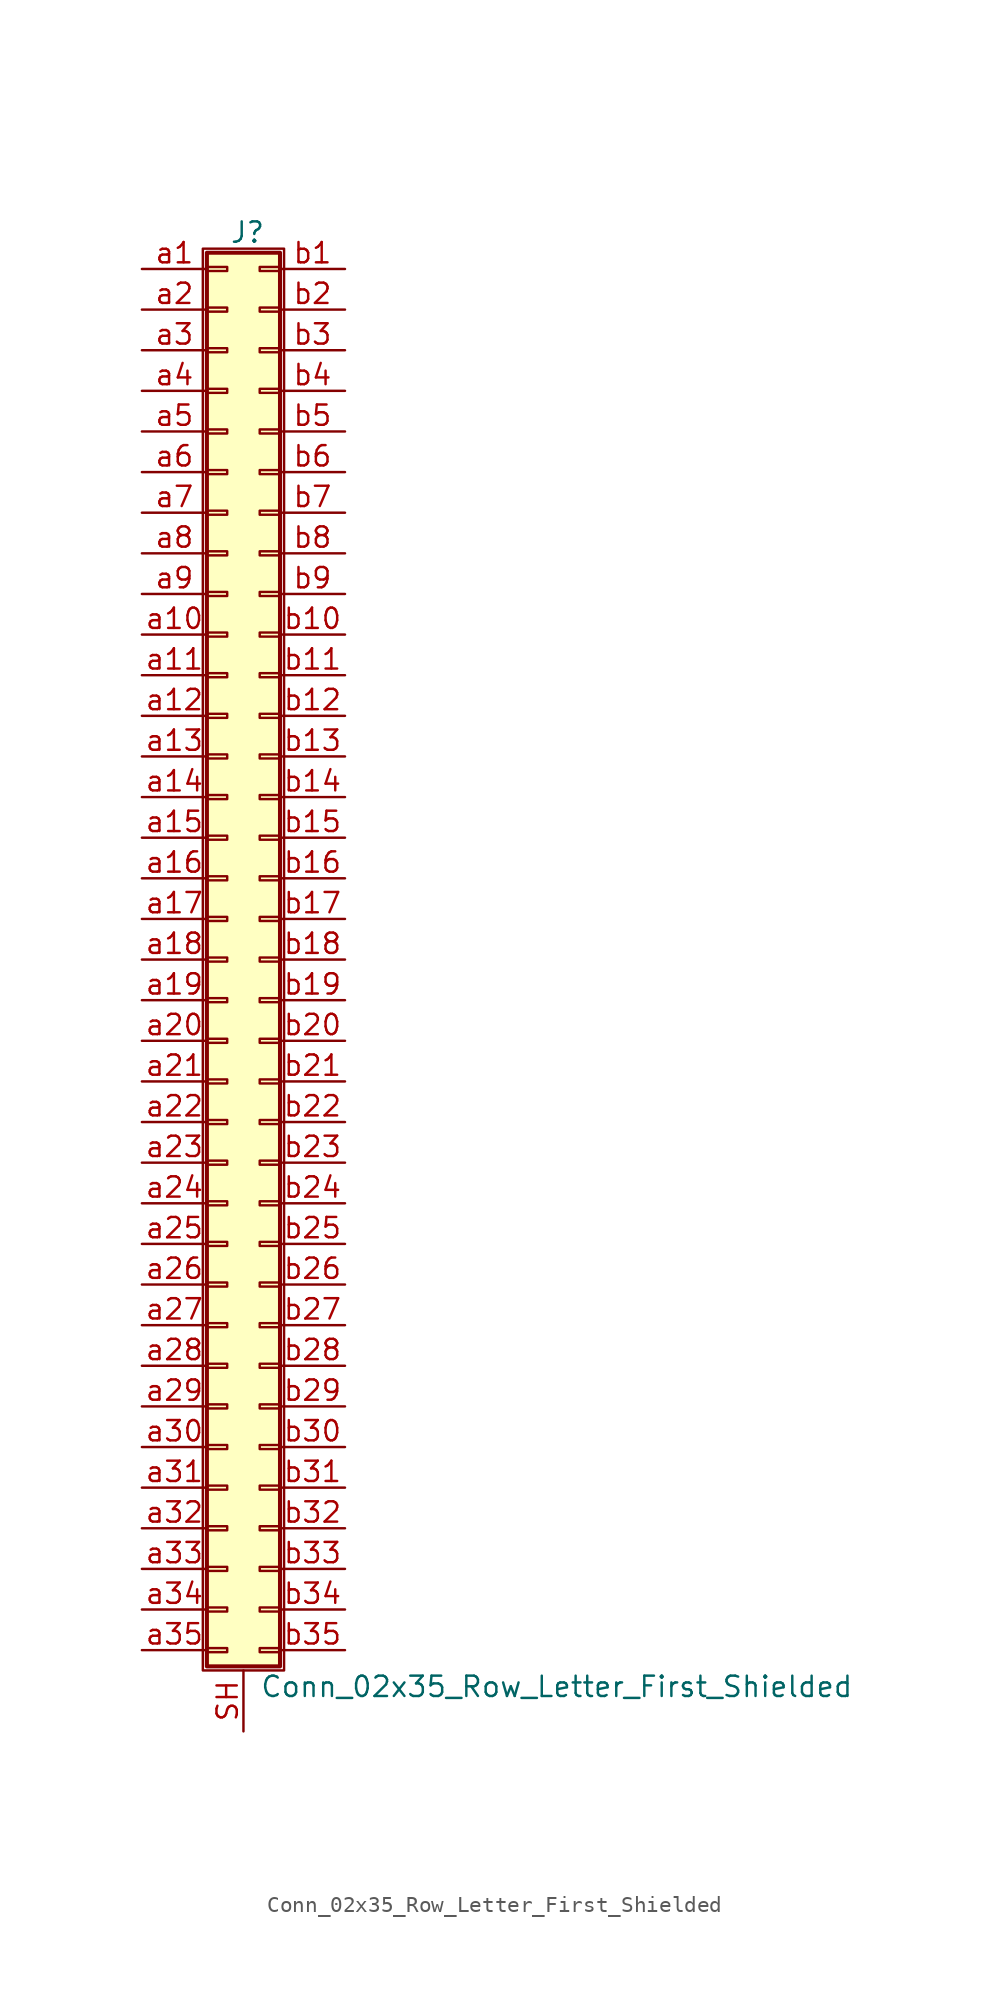
<source format=kicad_sym>
(kicad_symbol_lib
  (version 20201005)
  (generator kicad_symbol_editor)
  (symbol "Conn_02x35_Row_Letter_First_Shielded"
    (pin_names
      (offset 1.016) hide)
    (property "Reference" "J"
      (at 1.524 45.466 0)
      (effects (font (size 1.27 1.27))))
    (property "Value" "Conn_02x35_Row_Letter_First_Shielded"
      (at 2.286 -45.466 0)
      (effects (font (size 1.27 1.27)) (justify left)))
    (symbol "Conn_02x35_Row_Letter_First_Shielded_1_1"
      (rectangle (start -1.27 44.45) (end 3.81 -44.45) (stroke (width 0.152)) (fill (type none)))
      (rectangle (start -1.016 -43.053) (end 0.254 -43.307) (stroke (width 0.152)) (fill (type none)))
      (rectangle (start -1.016 -40.513) (end 0.254 -40.767) (stroke (width 0.152)) (fill (type none)))
      (rectangle (start -1.016 -37.973) (end 0.254 -38.227) (stroke (width 0.152)) (fill (type none)))
      (rectangle (start -1.016 -35.433) (end 0.254 -35.687) (stroke (width 0.152)) (fill (type none)))
      (rectangle (start -1.016 -32.893) (end 0.254 -33.147) (stroke (width 0.152)) (fill (type none)))
      (rectangle (start -1.016 -30.353) (end 0.254 -30.607) (stroke (width 0.152)) (fill (type none)))
      (rectangle (start -1.016 -27.813) (end 0.254 -28.067) (stroke (width 0.152)) (fill (type none)))
      (rectangle (start -1.016 -25.273) (end 0.254 -25.527) (stroke (width 0.152)) (fill (type none)))
      (rectangle (start -1.016 -22.733) (end 0.254 -22.987) (stroke (width 0.152)) (fill (type none)))
      (rectangle (start -1.016 -20.193) (end 0.254 -20.447) (stroke (width 0.152)) (fill (type none)))
      (rectangle (start -1.016 -17.653) (end 0.254 -17.907) (stroke (width 0.152)) (fill (type none)))
      (rectangle (start -1.016 -15.113) (end 0.254 -15.367) (stroke (width 0.152)) (fill (type none)))
      (rectangle (start -1.016 -12.573) (end 0.254 -12.827) (stroke (width 0.152)) (fill (type none)))
      (rectangle (start -1.016 -10.033) (end 0.254 -10.287) (stroke (width 0.152)) (fill (type none)))
      (rectangle (start -1.016 -7.493) (end 0.254 -7.747) (stroke (width 0.152)) (fill (type none)))
      (rectangle (start -1.016 -4.953) (end 0.254 -5.207) (stroke (width 0.152)) (fill (type none)))
      (rectangle (start -1.016 -2.413) (end 0.254 -2.667) (stroke (width 0.152)) (fill (type none)))
      (rectangle (start -1.016 0.127) (end 0.254 -0.127) (stroke (width 0.152)) (fill (type none)))
      (rectangle (start -1.016 2.667) (end 0.254 2.413) (stroke (width 0.152)) (fill (type none)))
      (rectangle (start -1.016 5.207) (end 0.254 4.953) (stroke (width 0.152)) (fill (type none)))
      (rectangle (start -1.016 7.747) (end 0.254 7.493) (stroke (width 0.152)) (fill (type none)))
      (rectangle (start -1.016 10.287) (end 0.254 10.033) (stroke (width 0.152)) (fill (type none)))
      (rectangle (start -1.016 12.827) (end 0.254 12.573) (stroke (width 0.152)) (fill (type none)))
      (rectangle (start -1.016 15.367) (end 0.254 15.113) (stroke (width 0.152)) (fill (type none)))
      (rectangle (start -1.016 17.907) (end 0.254 17.653) (stroke (width 0.152)) (fill (type none)))
      (rectangle (start -1.016 20.447) (end 0.254 20.193) (stroke (width 0.152)) (fill (type none)))
      (rectangle (start -1.016 22.987) (end 0.254 22.733) (stroke (width 0.152)) (fill (type none)))
      (rectangle (start -1.016 25.527) (end 0.254 25.273) (stroke (width 0.152)) (fill (type none)))
      (rectangle (start -1.016 28.067) (end 0.254 27.813) (stroke (width 0.152)) (fill (type none)))
      (rectangle (start -1.016 30.607) (end 0.254 30.353) (stroke (width 0.152)) (fill (type none)))
      (rectangle (start -1.016 33.147) (end 0.254 32.893) (stroke (width 0.152)) (fill (type none)))
      (rectangle (start -1.016 35.687) (end 0.254 35.433) (stroke (width 0.152)) (fill (type none)))
      (rectangle (start -1.016 38.227) (end 0.254 37.973) (stroke (width 0.152)) (fill (type none)))
      (rectangle (start -1.016 40.767) (end 0.254 40.513) (stroke (width 0.152)) (fill (type none)))
      (rectangle (start -1.016 43.307) (end 0.254 43.053) (stroke (width 0.152)) (fill (type none)))
      (rectangle (start 3.556 -43.053) (end 2.286 -43.307) (stroke (width 0.152)) (fill (type none)))
      (rectangle (start 3.556 -40.513) (end 2.286 -40.767) (stroke (width 0.152)) (fill (type none)))
      (rectangle (start 3.556 -37.973) (end 2.286 -38.227) (stroke (width 0.152)) (fill (type none)))
      (rectangle (start 3.556 -35.433) (end 2.286 -35.687) (stroke (width 0.152)) (fill (type none)))
      (rectangle (start 3.556 -32.893) (end 2.286 -33.147) (stroke (width 0.152)) (fill (type none)))
      (rectangle (start 3.556 -30.353) (end 2.286 -30.607) (stroke (width 0.152)) (fill (type none)))
      (rectangle (start 3.556 -27.813) (end 2.286 -28.067) (stroke (width 0.152)) (fill (type none)))
      (rectangle (start 3.556 -25.273) (end 2.286 -25.527) (stroke (width 0.152)) (fill (type none)))
      (rectangle (start 3.556 -22.733) (end 2.286 -22.987) (stroke (width 0.152)) (fill (type none)))
      (rectangle (start 3.556 -20.193) (end 2.286 -20.447) (stroke (width 0.152)) (fill (type none)))
      (rectangle (start 3.556 -17.653) (end 2.286 -17.907) (stroke (width 0.152)) (fill (type none)))
      (rectangle (start 3.556 -15.113) (end 2.286 -15.367) (stroke (width 0.152)) (fill (type none)))
      (rectangle (start 3.556 -12.573) (end 2.286 -12.827) (stroke (width 0.152)) (fill (type none)))
      (rectangle (start 3.556 -10.033) (end 2.286 -10.287) (stroke (width 0.152)) (fill (type none)))
      (rectangle (start 3.556 -7.493) (end 2.286 -7.747) (stroke (width 0.152)) (fill (type none)))
      (rectangle (start 3.556 -4.953) (end 2.286 -5.207) (stroke (width 0.152)) (fill (type none)))
      (rectangle (start 3.556 -2.413) (end 2.286 -2.667) (stroke (width 0.152)) (fill (type none)))
      (rectangle (start 3.556 0.127) (end 2.286 -0.127) (stroke (width 0.152)) (fill (type none)))
      (rectangle (start 3.556 2.667) (end 2.286 2.413) (stroke (width 0.152)) (fill (type none)))
      (rectangle (start 3.556 5.207) (end 2.286 4.953) (stroke (width 0.152)) (fill (type none)))
      (rectangle (start 3.556 7.747) (end 2.286 7.493) (stroke (width 0.152)) (fill (type none)))
      (rectangle (start 3.556 10.287) (end 2.286 10.033) (stroke (width 0.152)) (fill (type none)))
      (rectangle (start 3.556 12.827) (end 2.286 12.573) (stroke (width 0.152)) (fill (type none)))
      (rectangle (start 3.556 15.367) (end 2.286 15.113) (stroke (width 0.152)) (fill (type none)))
      (rectangle (start 3.556 17.907) (end 2.286 17.653) (stroke (width 0.152)) (fill (type none)))
      (rectangle (start 3.556 20.447) (end 2.286 20.193) (stroke (width 0.152)) (fill (type none)))
      (rectangle (start 3.556 22.987) (end 2.286 22.733) (stroke (width 0.152)) (fill (type none)))
      (rectangle (start 3.556 25.527) (end 2.286 25.273) (stroke (width 0.152)) (fill (type none)))
      (rectangle (start 3.556 28.067) (end 2.286 27.813) (stroke (width 0.152)) (fill (type none)))
      (rectangle (start 3.556 30.607) (end 2.286 30.353) (stroke (width 0.152)) (fill (type none)))
      (rectangle (start 3.556 33.147) (end 2.286 32.893) (stroke (width 0.152)) (fill (type none)))
      (rectangle (start 3.556 35.687) (end 2.286 35.433) (stroke (width 0.152)) (fill (type none)))
      (rectangle (start 3.556 38.227) (end 2.286 37.973) (stroke (width 0.152)) (fill (type none)))
      (rectangle (start 3.556 40.767) (end 2.286 40.513) (stroke (width 0.152)) (fill (type none)))
      (rectangle (start 3.556 43.307) (end 2.286 43.053) (stroke (width 0.152)) (fill (type none)))
      (rectangle (start -1.016 44.196) (end 3.556 -44.196) (stroke (width 0.254)) (fill (type background)))
      (pin passive line (at 1.27 -48.26 90) (length 3.81) (name "Shield" (effects (font (size 1.27 1.27)))) (number "SH" (effects (font (size 1.27 1.27)))))
      (pin passive line (at -5.08 43.18 0) (length 4.064) (name "Pin_a1" (effects (font (size 1.27 1.27)))) (number "a1" (effects (font (size 1.27 1.27)))))
      (pin passive line (at -5.08 20.32 0) (length 4.064) (name "Pin_a10" (effects (font (size 1.27 1.27)))) (number "a10" (effects (font (size 1.27 1.27)))))
      (pin passive line (at -5.08 17.78 0) (length 4.064) (name "Pin_a11" (effects (font (size 1.27 1.27)))) (number "a11" (effects (font (size 1.27 1.27)))))
      (pin passive line (at -5.08 15.24 0) (length 4.064) (name "Pin_a12" (effects (font (size 1.27 1.27)))) (number "a12" (effects (font (size 1.27 1.27)))))
      (pin passive line (at -5.08 12.7 0) (length 4.064) (name "Pin_a13" (effects (font (size 1.27 1.27)))) (number "a13" (effects (font (size 1.27 1.27)))))
      (pin passive line (at -5.08 10.16 0) (length 4.064) (name "Pin_a14" (effects (font (size 1.27 1.27)))) (number "a14" (effects (font (size 1.27 1.27)))))
      (pin passive line (at -5.08 7.62 0) (length 4.064) (name "Pin_a15" (effects (font (size 1.27 1.27)))) (number "a15" (effects (font (size 1.27 1.27)))))
      (pin passive line (at -5.08 5.08 0) (length 4.064) (name "Pin_a16" (effects (font (size 1.27 1.27)))) (number "a16" (effects (font (size 1.27 1.27)))))
      (pin passive line (at -5.08 2.54 0) (length 4.064) (name "Pin_a17" (effects (font (size 1.27 1.27)))) (number "a17" (effects (font (size 1.27 1.27)))))
      (pin passive line (at -5.08 0 0) (length 4.064) (name "Pin_a18" (effects (font (size 1.27 1.27)))) (number "a18" (effects (font (size 1.27 1.27)))))
      (pin passive line (at -5.08 -2.54 0) (length 4.064) (name "Pin_a19" (effects (font (size 1.27 1.27)))) (number "a19" (effects (font (size 1.27 1.27)))))
      (pin passive line (at -5.08 40.64 0) (length 4.064) (name "Pin_a2" (effects (font (size 1.27 1.27)))) (number "a2" (effects (font (size 1.27 1.27)))))
      (pin passive line (at -5.08 -5.08 0) (length 4.064) (name "Pin_a20" (effects (font (size 1.27 1.27)))) (number "a20" (effects (font (size 1.27 1.27)))))
      (pin passive line (at -5.08 -7.62 0) (length 4.064) (name "Pin_a21" (effects (font (size 1.27 1.27)))) (number "a21" (effects (font (size 1.27 1.27)))))
      (pin passive line (at -5.08 -10.16 0) (length 4.064) (name "Pin_a22" (effects (font (size 1.27 1.27)))) (number "a22" (effects (font (size 1.27 1.27)))))
      (pin passive line (at -5.08 -12.7 0) (length 4.064) (name "Pin_a23" (effects (font (size 1.27 1.27)))) (number "a23" (effects (font (size 1.27 1.27)))))
      (pin passive line (at -5.08 -15.24 0) (length 4.064) (name "Pin_a24" (effects (font (size 1.27 1.27)))) (number "a24" (effects (font (size 1.27 1.27)))))
      (pin passive line (at -5.08 -17.78 0) (length 4.064) (name "Pin_a25" (effects (font (size 1.27 1.27)))) (number "a25" (effects (font (size 1.27 1.27)))))
      (pin passive line (at -5.08 -20.32 0) (length 4.064) (name "Pin_a26" (effects (font (size 1.27 1.27)))) (number "a26" (effects (font (size 1.27 1.27)))))
      (pin passive line (at -5.08 -22.86 0) (length 4.064) (name "Pin_a27" (effects (font (size 1.27 1.27)))) (number "a27" (effects (font (size 1.27 1.27)))))
      (pin passive line (at -5.08 -25.4 0) (length 4.064) (name "Pin_a28" (effects (font (size 1.27 1.27)))) (number "a28" (effects (font (size 1.27 1.27)))))
      (pin passive line (at -5.08 -27.94 0) (length 4.064) (name "Pin_a29" (effects (font (size 1.27 1.27)))) (number "a29" (effects (font (size 1.27 1.27)))))
      (pin passive line (at -5.08 38.1 0) (length 4.064) (name "Pin_a3" (effects (font (size 1.27 1.27)))) (number "a3" (effects (font (size 1.27 1.27)))))
      (pin passive line (at -5.08 -30.48 0) (length 4.064) (name "Pin_a30" (effects (font (size 1.27 1.27)))) (number "a30" (effects (font (size 1.27 1.27)))))
      (pin passive line (at -5.08 -33.02 0) (length 4.064) (name "Pin_a31" (effects (font (size 1.27 1.27)))) (number "a31" (effects (font (size 1.27 1.27)))))
      (pin passive line (at -5.08 -35.56 0) (length 4.064) (name "Pin_a32" (effects (font (size 1.27 1.27)))) (number "a32" (effects (font (size 1.27 1.27)))))
      (pin passive line (at -5.08 -38.1 0) (length 4.064) (name "Pin_a33" (effects (font (size 1.27 1.27)))) (number "a33" (effects (font (size 1.27 1.27)))))
      (pin passive line (at -5.08 -40.64 0) (length 4.064) (name "Pin_a34" (effects (font (size 1.27 1.27)))) (number "a34" (effects (font (size 1.27 1.27)))))
      (pin passive line (at -5.08 -43.18 0) (length 4.064) (name "Pin_a35" (effects (font (size 1.27 1.27)))) (number "a35" (effects (font (size 1.27 1.27)))))
      (pin passive line (at -5.08 35.56 0) (length 4.064) (name "Pin_a4" (effects (font (size 1.27 1.27)))) (number "a4" (effects (font (size 1.27 1.27)))))
      (pin passive line (at -5.08 33.02 0) (length 4.064) (name "Pin_a5" (effects (font (size 1.27 1.27)))) (number "a5" (effects (font (size 1.27 1.27)))))
      (pin passive line (at -5.08 30.48 0) (length 4.064) (name "Pin_a6" (effects (font (size 1.27 1.27)))) (number "a6" (effects (font (size 1.27 1.27)))))
      (pin passive line (at -5.08 27.94 0) (length 4.064) (name "Pin_a7" (effects (font (size 1.27 1.27)))) (number "a7" (effects (font (size 1.27 1.27)))))
      (pin passive line (at -5.08 25.4 0) (length 4.064) (name "Pin_a8" (effects (font (size 1.27 1.27)))) (number "a8" (effects (font (size 1.27 1.27)))))
      (pin passive line (at -5.08 22.86 0) (length 4.064) (name "Pin_a9" (effects (font (size 1.27 1.27)))) (number "a9" (effects (font (size 1.27 1.27)))))
      (pin passive line (at 7.62 43.18 180) (length 4.064) (name "Pin_b1" (effects (font (size 1.27 1.27)))) (number "b1" (effects (font (size 1.27 1.27)))))
      (pin passive line (at 7.62 20.32 180) (length 4.064) (name "Pin_b10" (effects (font (size 1.27 1.27)))) (number "b10" (effects (font (size 1.27 1.27)))))
      (pin passive line (at 7.62 17.78 180) (length 4.064) (name "Pin_b11" (effects (font (size 1.27 1.27)))) (number "b11" (effects (font (size 1.27 1.27)))))
      (pin passive line (at 7.62 15.24 180) (length 4.064) (name "Pin_b12" (effects (font (size 1.27 1.27)))) (number "b12" (effects (font (size 1.27 1.27)))))
      (pin passive line (at 7.62 12.7 180) (length 4.064) (name "Pin_b13" (effects (font (size 1.27 1.27)))) (number "b13" (effects (font (size 1.27 1.27)))))
      (pin passive line (at 7.62 10.16 180) (length 4.064) (name "Pin_b14" (effects (font (size 1.27 1.27)))) (number "b14" (effects (font (size 1.27 1.27)))))
      (pin passive line (at 7.62 7.62 180) (length 4.064) (name "Pin_b15" (effects (font (size 1.27 1.27)))) (number "b15" (effects (font (size 1.27 1.27)))))
      (pin passive line (at 7.62 5.08 180) (length 4.064) (name "Pin_b16" (effects (font (size 1.27 1.27)))) (number "b16" (effects (font (size 1.27 1.27)))))
      (pin passive line (at 7.62 2.54 180) (length 4.064) (name "Pin_b17" (effects (font (size 1.27 1.27)))) (number "b17" (effects (font (size 1.27 1.27)))))
      (pin passive line (at 7.62 0 180) (length 4.064) (name "Pin_b18" (effects (font (size 1.27 1.27)))) (number "b18" (effects (font (size 1.27 1.27)))))
      (pin passive line (at 7.62 -2.54 180) (length 4.064) (name "Pin_b19" (effects (font (size 1.27 1.27)))) (number "b19" (effects (font (size 1.27 1.27)))))
      (pin passive line (at 7.62 40.64 180) (length 4.064) (name "Pin_b2" (effects (font (size 1.27 1.27)))) (number "b2" (effects (font (size 1.27 1.27)))))
      (pin passive line (at 7.62 -5.08 180) (length 4.064) (name "Pin_b20" (effects (font (size 1.27 1.27)))) (number "b20" (effects (font (size 1.27 1.27)))))
      (pin passive line (at 7.62 -7.62 180) (length 4.064) (name "Pin_b21" (effects (font (size 1.27 1.27)))) (number "b21" (effects (font (size 1.27 1.27)))))
      (pin passive line (at 7.62 -10.16 180) (length 4.064) (name "Pin_b22" (effects (font (size 1.27 1.27)))) (number "b22" (effects (font (size 1.27 1.27)))))
      (pin passive line (at 7.62 -12.7 180) (length 4.064) (name "Pin_b23" (effects (font (size 1.27 1.27)))) (number "b23" (effects (font (size 1.27 1.27)))))
      (pin passive line (at 7.62 -15.24 180) (length 4.064) (name "Pin_b24" (effects (font (size 1.27 1.27)))) (number "b24" (effects (font (size 1.27 1.27)))))
      (pin passive line (at 7.62 -17.78 180) (length 4.064) (name "Pin_b25" (effects (font (size 1.27 1.27)))) (number "b25" (effects (font (size 1.27 1.27)))))
      (pin passive line (at 7.62 -20.32 180) (length 4.064) (name "Pin_b26" (effects (font (size 1.27 1.27)))) (number "b26" (effects (font (size 1.27 1.27)))))
      (pin passive line (at 7.62 -22.86 180) (length 4.064) (name "Pin_b27" (effects (font (size 1.27 1.27)))) (number "b27" (effects (font (size 1.27 1.27)))))
      (pin passive line (at 7.62 -25.4 180) (length 4.064) (name "Pin_b28" (effects (font (size 1.27 1.27)))) (number "b28" (effects (font (size 1.27 1.27)))))
      (pin passive line (at 7.62 -27.94 180) (length 4.064) (name "Pin_b29" (effects (font (size 1.27 1.27)))) (number "b29" (effects (font (size 1.27 1.27)))))
      (pin passive line (at 7.62 38.1 180) (length 4.064) (name "Pin_b3" (effects (font (size 1.27 1.27)))) (number "b3" (effects (font (size 1.27 1.27)))))
      (pin passive line (at 7.62 -30.48 180) (length 4.064) (name "Pin_b30" (effects (font (size 1.27 1.27)))) (number "b30" (effects (font (size 1.27 1.27)))))
      (pin passive line (at 7.62 -33.02 180) (length 4.064) (name "Pin_b31" (effects (font (size 1.27 1.27)))) (number "b31" (effects (font (size 1.27 1.27)))))
      (pin passive line (at 7.62 -35.56 180) (length 4.064) (name "Pin_b32" (effects (font (size 1.27 1.27)))) (number "b32" (effects (font (size 1.27 1.27)))))
      (pin passive line (at 7.62 -38.1 180) (length 4.064) (name "Pin_b33" (effects (font (size 1.27 1.27)))) (number "b33" (effects (font (size 1.27 1.27)))))
      (pin passive line (at 7.62 -40.64 180) (length 4.064) (name "Pin_b34" (effects (font (size 1.27 1.27)))) (number "b34" (effects (font (size 1.27 1.27)))))
      (pin passive line (at 7.62 -43.18 180) (length 4.064) (name "Pin_b35" (effects (font (size 1.27 1.27)))) (number "b35" (effects (font (size 1.27 1.27)))))
      (pin passive line (at 7.62 35.56 180) (length 4.064) (name "Pin_b4" (effects (font (size 1.27 1.27)))) (number "b4" (effects (font (size 1.27 1.27)))))
      (pin passive line (at 7.62 33.02 180) (length 4.064) (name "Pin_b5" (effects (font (size 1.27 1.27)))) (number "b5" (effects (font (size 1.27 1.27)))))
      (pin passive line (at 7.62 30.48 180) (length 4.064) (name "Pin_b6" (effects (font (size 1.27 1.27)))) (number "b6" (effects (font (size 1.27 1.27)))))
      (pin passive line (at 7.62 27.94 180) (length 4.064) (name "Pin_b7" (effects (font (size 1.27 1.27)))) (number "b7" (effects (font (size 1.27 1.27)))))
      (pin passive line (at 7.62 25.4 180) (length 4.064) (name "Pin_b8" (effects (font (size 1.27 1.27)))) (number "b8" (effects (font (size 1.27 1.27)))))
      (pin passive line (at 7.62 22.86 180) (length 4.064) (name "Pin_b9" (effects (font (size 1.27 1.27)))) (number "b9" (effects (font (size 1.27 1.27))))))))
</source>
